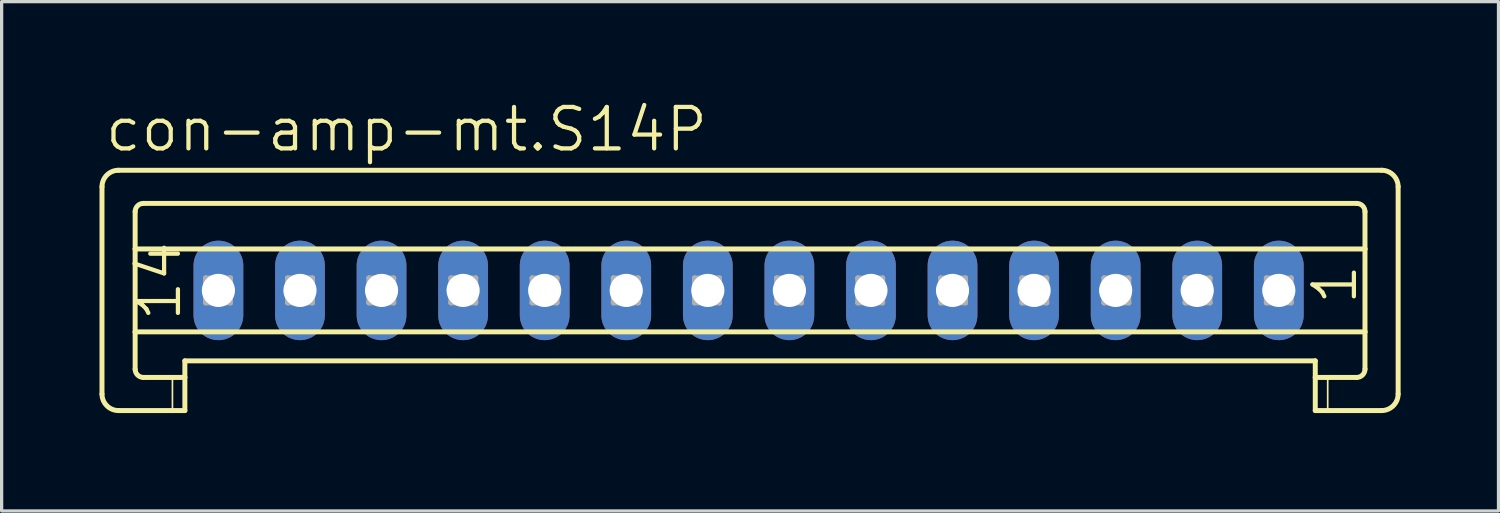
<source format=kicad_pcb>
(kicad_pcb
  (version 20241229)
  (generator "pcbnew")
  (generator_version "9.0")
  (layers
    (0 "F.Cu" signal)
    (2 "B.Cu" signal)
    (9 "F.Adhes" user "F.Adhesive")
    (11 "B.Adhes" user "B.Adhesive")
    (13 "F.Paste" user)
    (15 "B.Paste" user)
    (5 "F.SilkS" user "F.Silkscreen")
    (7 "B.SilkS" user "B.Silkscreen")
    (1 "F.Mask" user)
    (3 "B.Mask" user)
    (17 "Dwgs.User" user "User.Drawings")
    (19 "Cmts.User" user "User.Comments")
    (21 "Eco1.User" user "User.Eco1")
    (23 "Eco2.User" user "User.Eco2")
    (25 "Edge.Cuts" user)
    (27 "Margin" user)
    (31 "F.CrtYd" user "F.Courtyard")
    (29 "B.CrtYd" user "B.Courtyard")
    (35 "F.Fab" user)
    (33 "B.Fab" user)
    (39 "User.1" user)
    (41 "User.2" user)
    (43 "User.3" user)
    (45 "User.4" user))
  (footprint "con-amp-mt.S14P"
    (layer "F.Cu")
    (at 19.894 5.851)
    (property "Reference" "con-amp-mt.S14P" (at -19.793 -4.191 0) (layer "F.SilkS") (effects (font (size 1.27 1.27) (thickness 0.13)) (justify left bottom)))
    (attr through_hole)
    (fp_line (start -19.818 -3.175) (end -19.818 3.175) (stroke (width 0.152) (type default)) (layer "F.SilkS"))
    (fp_line (start -19.31 -3.683) (end 19.4 -3.683) (stroke (width 0.152) (type default)) (layer "F.SilkS"))
    (fp_line (start -18.802 -1.27) (end -18.802 -2.413) (stroke (width 0.152) (type default)) (layer "F.SilkS"))
    (fp_line (start -18.802 -1.27) (end 18.892 -1.27) (stroke (width 0.152) (type default)) (layer "F.SilkS"))
    (fp_line (start -18.802 1.27) (end -18.802 -1.27) (stroke (width 0.152) (type default)) (layer "F.SilkS"))
    (fp_line (start -18.802 1.27) (end 18.892 1.27) (stroke (width 0.152) (type default)) (layer "F.SilkS"))
    (fp_line (start -18.802 2.413) (end -18.802 1.27) (stroke (width 0.152) (type default)) (layer "F.SilkS"))
    (fp_line (start -18.548 -2.667) (end 18.638 -2.667) (stroke (width 0.152) (type default)) (layer "F.SilkS"))
    (fp_line (start -18.548 2.667) (end -17.659 2.667) (stroke (width 0.152) (type default)) (layer "F.SilkS"))
    (fp_line (start -17.659 2.667) (end -17.659 3.683) (stroke (width 0.051) (type default)) (layer "F.SilkS"))
    (fp_line (start -17.659 2.667) (end -17.278 2.667) (stroke (width 0.152) (type default)) (layer "F.SilkS"))
    (fp_line (start -17.659 3.683) (end -19.31 3.683) (stroke (width 0.152) (type default)) (layer "F.SilkS"))
    (fp_line (start -17.278 2.159) (end 17.368 2.159) (stroke (width 0.152) (type default)) (layer "F.SilkS"))
    (fp_line (start -17.278 2.667) (end -17.278 2.159) (stroke (width 0.152) (type default)) (layer "F.SilkS"))
    (fp_line (start -17.278 2.667) (end -17.278 3.683) (stroke (width 0.152) (type default)) (layer "F.SilkS"))
    (fp_line (start -17.278 3.683) (end -17.659 3.683) (stroke (width 0.152) (type default)) (layer "F.SilkS"))
    (fp_line (start 17.368 2.667) (end 17.368 2.159) (stroke (width 0.152) (type default)) (layer "F.SilkS"))
    (fp_line (start 17.368 2.667) (end 17.749 2.667) (stroke (width 0.152) (type default)) (layer "F.SilkS"))
    (fp_line (start 17.368 3.683) (end 17.368 2.667) (stroke (width 0.152) (type default)) (layer "F.SilkS"))
    (fp_line (start 17.749 2.667) (end 17.749 3.683) (stroke (width 0.051) (type default)) (layer "F.SilkS"))
    (fp_line (start 17.749 2.667) (end 18.638 2.667) (stroke (width 0.152) (type default)) (layer "F.SilkS"))
    (fp_line (start 17.749 3.683) (end 17.368 3.683) (stroke (width 0.152) (type default)) (layer "F.SilkS"))
    (fp_line (start 18.892 -1.27) (end 18.892 -2.413) (stroke (width 0.152) (type default)) (layer "F.SilkS"))
    (fp_line (start 18.892 1.27) (end 18.892 -1.27) (stroke (width 0.152) (type default)) (layer "F.SilkS"))
    (fp_line (start 18.892 2.413) (end 18.892 1.27) (stroke (width 0.152) (type default)) (layer "F.SilkS"))
    (fp_line (start 19.4 3.683) (end 17.749 3.683) (stroke (width 0.152) (type default)) (layer "F.SilkS"))
    (fp_line (start 19.908 -3.175) (end 19.908 3.175) (stroke (width 0.152) (type default)) (layer "F.SilkS"))
    (fp_arc (start -19.818 -3.175) (mid -19.66921 -3.53421) (end -19.31 -3.683) (stroke (width 0.1524) (type default)) (layer "F.SilkS"))
    (fp_arc (start -19.31 3.683) (mid -19.66921 3.53421) (end -19.818 3.175) (stroke (width 0.1524) (type default)) (layer "F.SilkS"))
    (fp_arc (start -18.802 -2.413) (mid -18.727605 -2.592605) (end -18.548 -2.667) (stroke (width 0.1524) (type default)) (layer "F.SilkS"))
    (fp_arc (start -18.548 2.667) (mid -18.727605 2.592605) (end -18.802 2.413) (stroke (width 0.1524) (type default)) (layer "F.SilkS"))
    (fp_arc (start 18.638 -2.667) (mid 18.817605 -2.592605) (end 18.892 -2.413) (stroke (width 0.1524) (type default)) (layer "F.SilkS"))
    (fp_arc (start 18.892 2.413) (mid 18.817605 2.592605) (end 18.638 2.667) (stroke (width 0.1524) (type default)) (layer "F.SilkS"))
    (fp_arc (start 19.4 -3.683) (mid 19.75921 -3.53421) (end 19.908 -3.175) (stroke (width 0.1524) (type default)) (layer "F.SilkS"))
    (fp_arc (start 19.908 3.175) (mid 19.75921 3.53421) (end 19.4 3.683) (stroke (width 0.1524) (type default)) (layer "F.SilkS"))
    (fp_line (start -16.643 -0.381) (end -16.643 0.381) (stroke (width 0.152) (type default)) (layer "F.Fab"))
    (fp_line (start -16.643 -0.381) (end -15.881 0.381) (stroke (width 0.152) (type default)) (layer "F.Fab"))
    (fp_line (start -16.643 0.381) (end -15.881 0.381) (stroke (width 0.152) (type default)) (layer "F.Fab"))
    (fp_line (start -15.881 -0.381) (end -16.643 -0.381) (stroke (width 0.152) (type default)) (layer "F.Fab"))
    (fp_line (start -15.881 -0.381) (end -16.643 0.381) (stroke (width 0.152) (type default)) (layer "F.Fab"))
    (fp_line (start -15.881 0.381) (end -15.881 -0.381) (stroke (width 0.152) (type default)) (layer "F.Fab"))
    (fp_line (start -14.128 -0.381) (end -14.128 0.381) (stroke (width 0.152) (type default)) (layer "F.Fab"))
    (fp_line (start -14.128 -0.381) (end -13.366 0.381) (stroke (width 0.152) (type default)) (layer "F.Fab"))
    (fp_line (start -14.128 0.381) (end -13.366 0.381) (stroke (width 0.152) (type default)) (layer "F.Fab"))
    (fp_line (start -13.366 -0.381) (end -14.128 -0.381) (stroke (width 0.152) (type default)) (layer "F.Fab"))
    (fp_line (start -13.366 -0.381) (end -14.128 0.381) (stroke (width 0.152) (type default)) (layer "F.Fab"))
    (fp_line (start -13.366 0.381) (end -13.366 -0.381) (stroke (width 0.152) (type default)) (layer "F.Fab"))
    (fp_line (start -11.639 -0.381) (end -11.639 0.381) (stroke (width 0.152) (type default)) (layer "F.Fab"))
    (fp_line (start -11.639 -0.381) (end -10.877 0.381) (stroke (width 0.152) (type default)) (layer "F.Fab"))
    (fp_line (start -11.639 0.381) (end -10.877 0.381) (stroke (width 0.152) (type default)) (layer "F.Fab"))
    (fp_line (start -10.877 -0.381) (end -11.639 -0.381) (stroke (width 0.152) (type default)) (layer "F.Fab"))
    (fp_line (start -10.877 -0.381) (end -11.639 0.381) (stroke (width 0.152) (type default)) (layer "F.Fab"))
    (fp_line (start -10.877 0.381) (end -10.877 -0.381) (stroke (width 0.152) (type default)) (layer "F.Fab"))
    (fp_line (start -9.125 -0.381) (end -9.125 0.381) (stroke (width 0.152) (type default)) (layer "F.Fab"))
    (fp_line (start -9.125 -0.381) (end -8.363 0.381) (stroke (width 0.152) (type default)) (layer "F.Fab"))
    (fp_line (start -9.125 0.381) (end -8.363 0.381) (stroke (width 0.152) (type default)) (layer "F.Fab"))
    (fp_line (start -8.363 -0.381) (end -9.125 -0.381) (stroke (width 0.152) (type default)) (layer "F.Fab"))
    (fp_line (start -8.363 -0.381) (end -9.125 0.381) (stroke (width 0.152) (type default)) (layer "F.Fab"))
    (fp_line (start -8.363 0.381) (end -8.363 -0.381) (stroke (width 0.152) (type default)) (layer "F.Fab"))
    (fp_line (start -6.635 -0.381) (end -6.635 0.381) (stroke (width 0.152) (type default)) (layer "F.Fab"))
    (fp_line (start -6.635 -0.381) (end -5.873 0.381) (stroke (width 0.152) (type default)) (layer "F.Fab"))
    (fp_line (start -6.635 0.381) (end -5.873 0.381) (stroke (width 0.152) (type default)) (layer "F.Fab"))
    (fp_line (start -5.873 -0.381) (end -6.635 -0.381) (stroke (width 0.152) (type default)) (layer "F.Fab"))
    (fp_line (start -5.873 -0.381) (end -6.635 0.381) (stroke (width 0.152) (type default)) (layer "F.Fab"))
    (fp_line (start -5.873 0.381) (end -5.873 -0.381) (stroke (width 0.152) (type default)) (layer "F.Fab"))
    (fp_line (start -4.146 -0.381) (end -4.146 0.381) (stroke (width 0.152) (type default)) (layer "F.Fab"))
    (fp_line (start -4.146 -0.381) (end -3.384 0.381) (stroke (width 0.152) (type default)) (layer "F.Fab"))
    (fp_line (start -4.146 0.381) (end -3.384 0.381) (stroke (width 0.152) (type default)) (layer "F.Fab"))
    (fp_line (start -3.384 -0.381) (end -4.146 -0.381) (stroke (width 0.152) (type default)) (layer "F.Fab"))
    (fp_line (start -3.384 -0.381) (end -4.146 0.381) (stroke (width 0.152) (type default)) (layer "F.Fab"))
    (fp_line (start -3.384 0.381) (end -3.384 -0.381) (stroke (width 0.152) (type default)) (layer "F.Fab"))
    (fp_line (start -1.657 -0.381) (end -1.657 0.381) (stroke (width 0.152) (type default)) (layer "F.Fab"))
    (fp_line (start -1.657 -0.381) (end -0.895 0.381) (stroke (width 0.152) (type default)) (layer "F.Fab"))
    (fp_line (start -1.657 0.381) (end -0.895 0.381) (stroke (width 0.152) (type default)) (layer "F.Fab"))
    (fp_line (start -0.895 -0.381) (end -1.657 -0.381) (stroke (width 0.152) (type default)) (layer "F.Fab"))
    (fp_line (start -0.895 -0.381) (end -1.657 0.381) (stroke (width 0.152) (type default)) (layer "F.Fab"))
    (fp_line (start -0.895 0.381) (end -0.895 -0.381) (stroke (width 0.152) (type default)) (layer "F.Fab"))
    (fp_line (start 0.858 -0.381) (end 0.858 0.381) (stroke (width 0.152) (type default)) (layer "F.Fab"))
    (fp_line (start 0.858 -0.381) (end 1.62 0.381) (stroke (width 0.152) (type default)) (layer "F.Fab"))
    (fp_line (start 0.858 0.381) (end 1.62 0.381) (stroke (width 0.152) (type default)) (layer "F.Fab"))
    (fp_line (start 1.62 -0.381) (end 0.858 -0.381) (stroke (width 0.152) (type default)) (layer "F.Fab"))
    (fp_line (start 1.62 -0.381) (end 0.858 0.381) (stroke (width 0.152) (type default)) (layer "F.Fab"))
    (fp_line (start 1.62 0.381) (end 1.62 -0.381) (stroke (width 0.152) (type default)) (layer "F.Fab"))
    (fp_line (start 3.347 -0.381) (end 3.347 0.381) (stroke (width 0.152) (type default)) (layer "F.Fab"))
    (fp_line (start 3.347 -0.381) (end 4.109 0.381) (stroke (width 0.152) (type default)) (layer "F.Fab"))
    (fp_line (start 3.347 0.381) (end 4.109 0.381) (stroke (width 0.152) (type default)) (layer "F.Fab"))
    (fp_line (start 4.109 -0.381) (end 3.347 -0.381) (stroke (width 0.152) (type default)) (layer "F.Fab"))
    (fp_line (start 4.109 -0.381) (end 3.347 0.381) (stroke (width 0.152) (type default)) (layer "F.Fab"))
    (fp_line (start 4.109 0.381) (end 4.109 -0.381) (stroke (width 0.152) (type default)) (layer "F.Fab"))
    (fp_line (start 5.887 -0.381) (end 5.887 0.381) (stroke (width 0.152) (type default)) (layer "F.Fab"))
    (fp_line (start 5.887 -0.381) (end 6.649 0.381) (stroke (width 0.152) (type default)) (layer "F.Fab"))
    (fp_line (start 5.887 0.381) (end 6.649 0.381) (stroke (width 0.152) (type default)) (layer "F.Fab"))
    (fp_line (start 6.649 -0.381) (end 5.887 -0.381) (stroke (width 0.152) (type default)) (layer "F.Fab"))
    (fp_line (start 6.649 -0.381) (end 5.887 0.381) (stroke (width 0.152) (type default)) (layer "F.Fab"))
    (fp_line (start 6.649 0.381) (end 6.649 -0.381) (stroke (width 0.152) (type default)) (layer "F.Fab"))
    (fp_line (start 8.376 -0.381) (end 8.376 0.381) (stroke (width 0.152) (type default)) (layer "F.Fab"))
    (fp_line (start 8.376 -0.381) (end 9.138 0.381) (stroke (width 0.152) (type default)) (layer "F.Fab"))
    (fp_line (start 8.376 0.381) (end 9.138 0.381) (stroke (width 0.152) (type default)) (layer "F.Fab"))
    (fp_line (start 9.138 -0.381) (end 8.376 -0.381) (stroke (width 0.152) (type default)) (layer "F.Fab"))
    (fp_line (start 9.138 -0.381) (end 8.376 0.381) (stroke (width 0.152) (type default)) (layer "F.Fab"))
    (fp_line (start 9.138 0.381) (end 9.138 -0.381) (stroke (width 0.152) (type default)) (layer "F.Fab"))
    (fp_line (start 10.891 -0.381) (end 10.891 0.381) (stroke (width 0.152) (type default)) (layer "F.Fab"))
    (fp_line (start 10.891 -0.381) (end 11.653 0.381) (stroke (width 0.152) (type default)) (layer "F.Fab"))
    (fp_line (start 10.891 0.381) (end 11.653 0.381) (stroke (width 0.152) (type default)) (layer "F.Fab"))
    (fp_line (start 11.653 -0.381) (end 10.891 -0.381) (stroke (width 0.152) (type default)) (layer "F.Fab"))
    (fp_line (start 11.653 -0.381) (end 10.891 0.381) (stroke (width 0.152) (type default)) (layer "F.Fab"))
    (fp_line (start 11.653 0.381) (end 11.653 -0.381) (stroke (width 0.152) (type default)) (layer "F.Fab"))
    (fp_line (start 13.38 -0.381) (end 13.38 0.381) (stroke (width 0.152) (type default)) (layer "F.Fab"))
    (fp_line (start 13.38 -0.381) (end 14.142 0.381) (stroke (width 0.152) (type default)) (layer "F.Fab"))
    (fp_line (start 13.38 0.381) (end 14.142 0.381) (stroke (width 0.152) (type default)) (layer "F.Fab"))
    (fp_line (start 14.142 -0.381) (end 13.38 -0.381) (stroke (width 0.152) (type default)) (layer "F.Fab"))
    (fp_line (start 14.142 -0.381) (end 13.38 0.381) (stroke (width 0.152) (type default)) (layer "F.Fab"))
    (fp_line (start 14.142 0.381) (end 14.142 -0.381) (stroke (width 0.152) (type default)) (layer "F.Fab"))
    (fp_line (start 15.869 -0.381) (end 15.869 0.381) (stroke (width 0.152) (type default)) (layer "F.Fab"))
    (fp_line (start 15.869 -0.381) (end 16.631 0.381) (stroke (width 0.152) (type default)) (layer "F.Fab"))
    (fp_line (start 15.869 0.381) (end 16.631 0.381) (stroke (width 0.152) (type default)) (layer "F.Fab"))
    (fp_line (start 16.631 -0.381) (end 15.869 -0.381) (stroke (width 0.152) (type default)) (layer "F.Fab"))
    (fp_line (start 16.631 -0.381) (end 15.869 0.381) (stroke (width 0.152) (type default)) (layer "F.Fab"))
    (fp_line (start 16.631 0.381) (end 16.631 -0.381) (stroke (width 0.152) (type default)) (layer "F.Fab"))
    (fp_text user "1" (at 18.714 0.508 90) (layer "F.SilkS") (effects (font (size 1.27 1.27) (thickness 0.13)) (justify left bottom)))
    (fp_text user "14" (at -17.329 1.016 90) (layer "F.SilkS") (effects (font (size 1.27 1.27) (thickness 0.13)) (justify left bottom)))
    (pad "1" thru_hole oval (at 16.25 0 90) (size 3.048 1.524) (drill 1.016) (layers "*.Cu" "*.Mask"))
    (pad "2" thru_hole oval (at 13.75 0 90) (size 3.048 1.524) (drill 1.016) (layers "*.Cu" "*.Mask"))
    (pad "3" thru_hole oval (at 11.25 0 90) (size 3.048 1.524) (drill 1.016) (layers "*.Cu" "*.Mask"))
    (pad "4" thru_hole oval (at 8.75 0 90) (size 3.048 1.524) (drill 1.016) (layers "*.Cu" "*.Mask"))
    (pad "5" thru_hole oval (at 6.25 0 90) (size 3.048 1.524) (drill 1.016) (layers "*.Cu" "*.Mask"))
    (pad "6" thru_hole oval (at 3.75 0 90) (size 3.048 1.524) (drill 1.016) (layers "*.Cu" "*.Mask"))
    (pad "7" thru_hole oval (at 1.25 0 90) (size 3.048 1.524) (drill 1.016) (layers "*.Cu" "*.Mask"))
    (pad "8" thru_hole oval (at -1.25 0 90) (size 3.048 1.524) (drill 1.016) (layers "*.Cu" "*.Mask"))
    (pad "9" thru_hole oval (at -3.75 0 90) (size 3.048 1.524) (drill 1.016) (layers "*.Cu" "*.Mask"))
    (pad "10" thru_hole oval (at -6.25 0 90) (size 3.048 1.524) (drill 1.016) (layers "*.Cu" "*.Mask"))
    (pad "11" thru_hole oval (at -8.75 0 90) (size 3.048 1.524) (drill 1.016) (layers "*.Cu" "*.Mask"))
    (pad "12" thru_hole oval (at -11.25 0 90) (size 3.048 1.524) (drill 1.016) (layers "*.Cu" "*.Mask"))
    (pad "13" thru_hole oval (at -13.75 0 90) (size 3.048 1.524) (drill 1.016) (layers "*.Cu" "*.Mask"))
    (pad "14" thru_hole oval (at -16.25 0 90) (size 3.048 1.524) (drill 1.016) (layers "*.Cu" "*.Mask")))
  (gr_rect
    (start -3 -3)
    (end 42.878 12.61)
    (stroke (width 0.1) (type default))
    (fill no)
    (layer "Edge.Cuts")))
</source>
